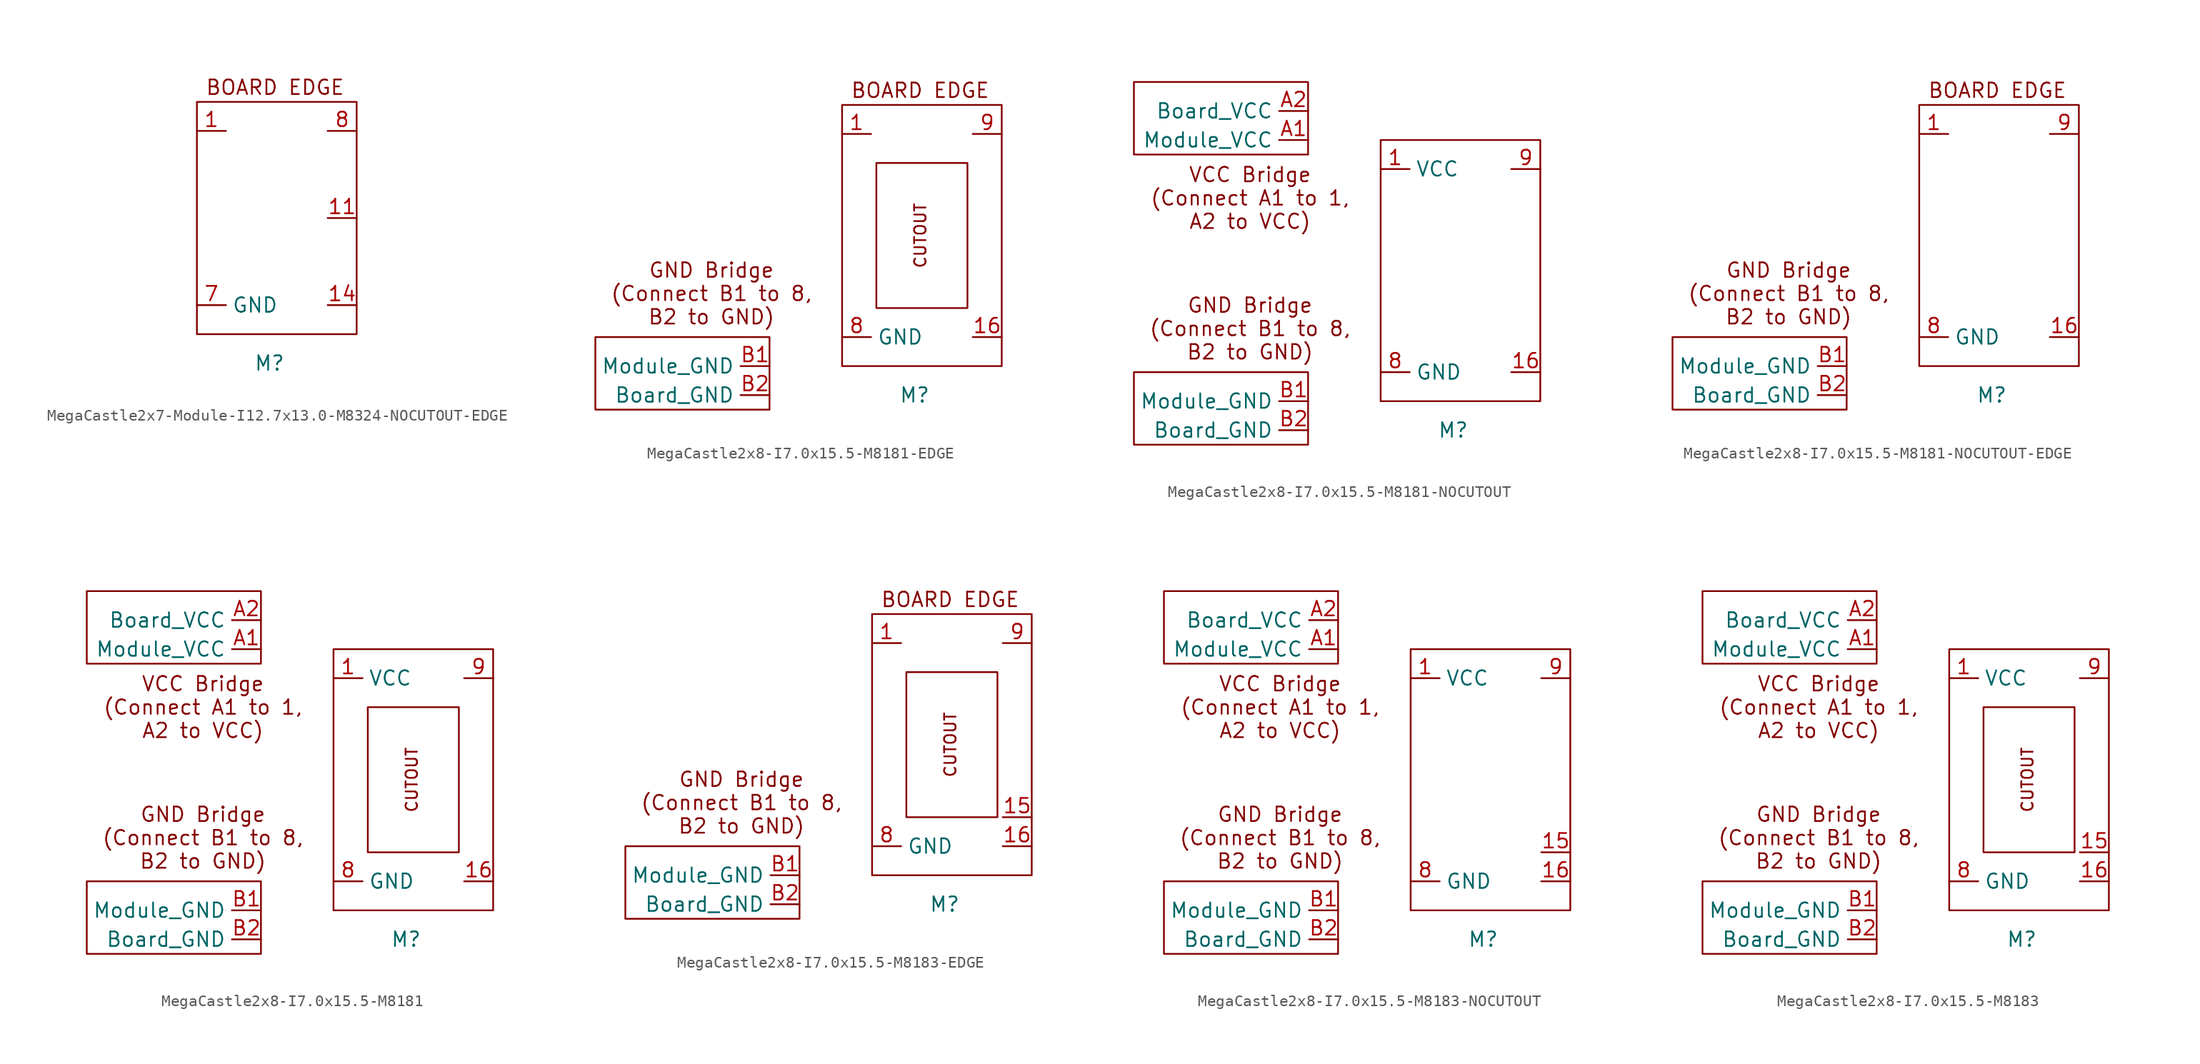
<source format=kicad_sym>
(kicad_symbol_lib
  (version 20241209)
  (generator "kicad_symbol_editor")
  (generator_version "9.0")
  (symbol "MegaCastle2x7-Module-I12.7x13.0-M8324-NOCUTOUT-EDGE"
    (property "Reference" "M"
      (at 0 -12.7 0)
      (effects (font (size 1.27 1.27))))
    (property "Value" ""
      (at 0 5.08 0)
      (effects (font (size 1.27 1.27))))
    (symbol "MegaCastle2x7-Module-I12.7x13.0-M8324-NOCUTOUT-EDGE_0_1"
      (rectangle (start -6.35 10.16) (end 7.62 -10.16) (stroke (width 0) (type default)) (fill (type none))))
    (symbol "MegaCastle2x7-Module-I12.7x13.0-M8324-NOCUTOUT-EDGE_1_1"
      (text " BOARD EDGE" (at 0 11.43 0) (effects (font (size 1.27 1.27))))
      (pin bidirectional line (at -6.35 7.62 0) (length 2.54) (name "" (effects (font (size 1.27 1.27)))) (number "1" (effects (font (size 1.27 1.27)))))
      (pin bidirectional line (at -6.35 -7.62 0) (length 2.54) (name "GND" (effects (font (size 1.27 1.27)))) (number "7" (effects (font (size 1.27 1.27)))))
      (pin bidirectional line (at 7.62 7.62 180) (length 2.54) (name "" (effects (font (size 1.27 1.27)))) (number "8" (effects (font (size 1.27 1.27)))))
      (pin bidirectional line (at 7.62 0 180) (length 2.54) (name "" (effects (font (size 1.27 1.27)))) (number "11" (effects (font (size 1.27 1.27)))))
      (pin bidirectional line (at 7.62 -7.62 180) (length 2.54) (name "" (effects (font (size 1.27 1.27)))) (number "14" (effects (font (size 1.27 1.27)))))))
  (symbol "MegaCastle2x8-I7.0x15.5-M8181-EDGE"
    (property "Reference" "M"
      (at 0 -13.97 0)
      (effects (font (size 1.27 1.27))))
    (property "Value" ""
      (at 0 5.08 0)
      (effects (font (size 1.27 1.27))))
    (symbol "MegaCastle2x8-I7.0x15.5-M8181-EDGE_0_1"
      (rectangle (start -27.94 -8.89) (end -12.7 -15.24) (stroke (width 0) (type default)) (fill (type none)))
      (rectangle (start -6.35 11.43) (end 7.62 -11.43) (stroke (width 0) (type default)) (fill (type none)))
      (rectangle (start -3.35 6.35) (end 4.62 -6.35) (stroke (width 0) (type default)) (fill (type none))))
    (symbol "MegaCastle2x8-I7.0x15.5-M8181-EDGE_1_1"
      (text "GND Bridge\n(Connect B1 to 8,\nB2 to GND)" (at -17.78 -5.08 0) (effects (font (size 1.27 1.27))))
      (text " BOARD EDGE" (at 0 12.7 0) (effects (font (size 1.27 1.27))))
      (text "CUTOUT" (at 0.5 0 900) (effects (font (size 1 1))))
      (pin bidirectional line (at -12.7 -11.43 180) (length 2.54) (name "Module_GND" (effects (font (size 1.27 1.27)))) (number "B1" (effects (font (size 1.27 1.27)))))
      (pin bidirectional line (at -12.7 -13.97 180) (length 2.54) (name "Board_GND" (effects (font (size 1.27 1.27)))) (number "B2" (effects (font (size 1.27 1.27)))))
      (pin bidirectional line (at -6.35 8.89 0) (length 2.54) (name "" (effects (font (size 1.27 1.27)))) (number "1" (effects (font (size 1.27 1.27)))))
      (pin bidirectional line (at -6.35 -8.89 0) (length 2.54) (name "GND" (effects (font (size 1.27 1.27)))) (number "8" (effects (font (size 1.27 1.27)))))
      (pin bidirectional line (at 7.62 8.89 180) (length 2.54) (name "" (effects (font (size 1.27 1.27)))) (number "9" (effects (font (size 1.27 1.27)))))
      (pin bidirectional line (at 7.62 -8.89 180) (length 2.54) (name "" (effects (font (size 1.27 1.27)))) (number "16" (effects (font (size 1.27 1.27)))))))
  (symbol "MegaCastle2x8-I7.0x15.5-M8181-NOCUTOUT"
    (property "Reference" "M"
      (at 0 -13.97 0)
      (effects (font (size 1.27 1.27))))
    (property "Value" ""
      (at 0 5.08 0)
      (effects (font (size 1.27 1.27))))
    (symbol "MegaCastle2x8-I7.0x15.5-M8181-NOCUTOUT_0_1"
      (rectangle (start -27.94 16.51) (end -12.7 10.16) (stroke (width 0) (type default)) (fill (type none)))
      (rectangle (start -27.94 -8.89) (end -12.7 -15.24) (stroke (width 0) (type default)) (fill (type none)))
      (rectangle (start -6.35 11.43) (end 7.62 -11.43) (stroke (width 0) (type default)) (fill (type none))))
    (symbol "MegaCastle2x8-I7.0x15.5-M8181-NOCUTOUT_1_1"
      (text "VCC Bridge\n(Connect A1 to 1,\nA2 to VCC)" (at -17.78 6.35 0) (effects (font (size 1.27 1.27))))
      (text "GND Bridge\n(Connect B1 to 8,\nB2 to GND)" (at -17.78 -5.08 0) (effects (font (size 1.27 1.27))))
      (pin bidirectional line (at -12.7 13.97 180) (length 2.54) (name "Board_VCC" (effects (font (size 1.27 1.27)))) (number "A2" (effects (font (size 1.27 1.27)))))
      (pin bidirectional line (at -12.7 11.43 180) (length 2.54) (name "Module_VCC" (effects (font (size 1.27 1.27)))) (number "A1" (effects (font (size 1.27 1.27)))))
      (pin bidirectional line (at -12.7 -11.43 180) (length 2.54) (name "Module_GND" (effects (font (size 1.27 1.27)))) (number "B1" (effects (font (size 1.27 1.27)))))
      (pin bidirectional line (at -12.7 -13.97 180) (length 2.54) (name "Board_GND" (effects (font (size 1.27 1.27)))) (number "B2" (effects (font (size 1.27 1.27)))))
      (pin bidirectional line (at -6.35 8.89 0) (length 2.54) (name "VCC" (effects (font (size 1.27 1.27)))) (number "1" (effects (font (size 1.27 1.27)))))
      (pin bidirectional line (at -6.35 -8.89 0) (length 2.54) (name "GND" (effects (font (size 1.27 1.27)))) (number "8" (effects (font (size 1.27 1.27)))))
      (pin bidirectional line (at 7.62 8.89 180) (length 2.54) (name "" (effects (font (size 1.27 1.27)))) (number "9" (effects (font (size 1.27 1.27)))))
      (pin bidirectional line (at 7.62 -8.89 180) (length 2.54) (name "" (effects (font (size 1.27 1.27)))) (number "16" (effects (font (size 1.27 1.27)))))))
  (symbol "MegaCastle2x8-I7.0x15.5-M8181-NOCUTOUT-EDGE"
    (property "Reference" "M"
      (at 0 -13.97 0)
      (effects (font (size 1.27 1.27))))
    (property "Value" ""
      (at 0 5.08 0)
      (effects (font (size 1.27 1.27))))
    (symbol "MegaCastle2x8-I7.0x15.5-M8181-NOCUTOUT-EDGE_0_1"
      (rectangle (start -27.94 -8.89) (end -12.7 -15.24) (stroke (width 0) (type default)) (fill (type none)))
      (rectangle (start -6.35 11.43) (end 7.62 -11.43) (stroke (width 0) (type default)) (fill (type none))))
    (symbol "MegaCastle2x8-I7.0x15.5-M8181-NOCUTOUT-EDGE_1_1"
      (text "GND Bridge\n(Connect B1 to 8,\nB2 to GND)" (at -17.78 -5.08 0) (effects (font (size 1.27 1.27))))
      (text " BOARD EDGE" (at 0 12.7 0) (effects (font (size 1.27 1.27))))
      (pin bidirectional line (at -12.7 -11.43 180) (length 2.54) (name "Module_GND" (effects (font (size 1.27 1.27)))) (number "B1" (effects (font (size 1.27 1.27)))))
      (pin bidirectional line (at -12.7 -13.97 180) (length 2.54) (name "Board_GND" (effects (font (size 1.27 1.27)))) (number "B2" (effects (font (size 1.27 1.27)))))
      (pin bidirectional line (at -6.35 8.89 0) (length 2.54) (name "" (effects (font (size 1.27 1.27)))) (number "1" (effects (font (size 1.27 1.27)))))
      (pin bidirectional line (at -6.35 -8.89 0) (length 2.54) (name "GND" (effects (font (size 1.27 1.27)))) (number "8" (effects (font (size 1.27 1.27)))))
      (pin bidirectional line (at 7.62 8.89 180) (length 2.54) (name "" (effects (font (size 1.27 1.27)))) (number "9" (effects (font (size 1.27 1.27)))))
      (pin bidirectional line (at 7.62 -8.89 180) (length 2.54) (name "" (effects (font (size 1.27 1.27)))) (number "16" (effects (font (size 1.27 1.27)))))))
  (symbol "MegaCastle2x8-I7.0x15.5-M8181"
    (property "Reference" "M"
      (at 0 -13.97 0)
      (effects (font (size 1.27 1.27))))
    (property "Value" ""
      (at 0 5.08 0)
      (effects (font (size 1.27 1.27))))
    (symbol "MegaCastle2x8-I7.0x15.5-M8181_0_1"
      (rectangle (start -27.94 16.51) (end -12.7 10.16) (stroke (width 0) (type default)) (fill (type none)))
      (rectangle (start -27.94 -8.89) (end -12.7 -15.24) (stroke (width 0) (type default)) (fill (type none)))
      (rectangle (start -6.35 11.43) (end 7.62 -11.43) (stroke (width 0) (type default)) (fill (type none)))
      (rectangle (start -3.35 6.35) (end 4.62 -6.35) (stroke (width 0) (type default)) (fill (type none))))
    (symbol "MegaCastle2x8-I7.0x15.5-M8181_1_1"
      (text "VCC Bridge\n(Connect A1 to 1,\nA2 to VCC)" (at -17.78 6.35 0) (effects (font (size 1.27 1.27))))
      (text "GND Bridge\n(Connect B1 to 8,\nB2 to GND)" (at -17.78 -5.08 0) (effects (font (size 1.27 1.27))))
      (text "CUTOUT" (at 0.5 0 900) (effects (font (size 1 1))))
      (pin bidirectional line (at -12.7 13.97 180) (length 2.54) (name "Board_VCC" (effects (font (size 1.27 1.27)))) (number "A2" (effects (font (size 1.27 1.27)))))
      (pin bidirectional line (at -12.7 11.43 180) (length 2.54) (name "Module_VCC" (effects (font (size 1.27 1.27)))) (number "A1" (effects (font (size 1.27 1.27)))))
      (pin bidirectional line (at -12.7 -11.43 180) (length 2.54) (name "Module_GND" (effects (font (size 1.27 1.27)))) (number "B1" (effects (font (size 1.27 1.27)))))
      (pin bidirectional line (at -12.7 -13.97 180) (length 2.54) (name "Board_GND" (effects (font (size 1.27 1.27)))) (number "B2" (effects (font (size 1.27 1.27)))))
      (pin bidirectional line (at -6.35 8.89 0) (length 2.54) (name "VCC" (effects (font (size 1.27 1.27)))) (number "1" (effects (font (size 1.27 1.27)))))
      (pin bidirectional line (at -6.35 -8.89 0) (length 2.54) (name "GND" (effects (font (size 1.27 1.27)))) (number "8" (effects (font (size 1.27 1.27)))))
      (pin bidirectional line (at 7.62 8.89 180) (length 2.54) (name "" (effects (font (size 1.27 1.27)))) (number "9" (effects (font (size 1.27 1.27)))))
      (pin bidirectional line (at 7.62 -8.89 180) (length 2.54) (name "" (effects (font (size 1.27 1.27)))) (number "16" (effects (font (size 1.27 1.27)))))))
  (symbol "MegaCastle2x8-I7.0x15.5-M8183-EDGE"
    (property "Reference" "M"
      (at 0 -13.97 0)
      (effects (font (size 1.27 1.27))))
    (property "Value" ""
      (at 0 5.08 0)
      (effects (font (size 1.27 1.27))))
    (symbol "MegaCastle2x8-I7.0x15.5-M8183-EDGE_0_1"
      (rectangle (start -27.94 -8.89) (end -12.7 -15.24) (stroke (width 0) (type default)) (fill (type none)))
      (rectangle (start -6.35 11.43) (end 7.62 -11.43) (stroke (width 0) (type default)) (fill (type none)))
      (rectangle (start -3.35 6.35) (end 4.62 -6.35) (stroke (width 0) (type default)) (fill (type none))))
    (symbol "MegaCastle2x8-I7.0x15.5-M8183-EDGE_1_1"
      (text "GND Bridge\n(Connect B1 to 8,\nB2 to GND)" (at -17.78 -5.08 0) (effects (font (size 1.27 1.27))))
      (text " BOARD EDGE" (at 0 12.7 0) (effects (font (size 1.27 1.27))))
      (text "CUTOUT" (at 0.5 0 900) (effects (font (size 1 1))))
      (pin bidirectional line (at -12.7 -11.43 180) (length 2.54) (name "Module_GND" (effects (font (size 1.27 1.27)))) (number "B1" (effects (font (size 1.27 1.27)))))
      (pin bidirectional line (at -12.7 -13.97 180) (length 2.54) (name "Board_GND" (effects (font (size 1.27 1.27)))) (number "B2" (effects (font (size 1.27 1.27)))))
      (pin bidirectional line (at -6.35 8.89 0) (length 2.54) (name "" (effects (font (size 1.27 1.27)))) (number "1" (effects (font (size 1.27 1.27)))))
      (pin bidirectional line (at -6.35 -8.89 0) (length 2.54) (name "GND" (effects (font (size 1.27 1.27)))) (number "8" (effects (font (size 1.27 1.27)))))
      (pin bidirectional line (at 7.62 8.89 180) (length 2.54) (name "" (effects (font (size 1.27 1.27)))) (number "9" (effects (font (size 1.27 1.27)))))
      (pin bidirectional line (at 7.62 -6.35 180) (length 2.54) (name "" (effects (font (size 1.27 1.27)))) (number "15" (effects (font (size 1.27 1.27)))))
      (pin bidirectional line (at 7.62 -8.89 180) (length 2.54) (name "" (effects (font (size 1.27 1.27)))) (number "16" (effects (font (size 1.27 1.27)))))))
  (symbol "MegaCastle2x8-I7.0x15.5-M8183-NOCUTOUT"
    (property "Reference" "M"
      (at 0 -13.97 0)
      (effects (font (size 1.27 1.27))))
    (property "Value" ""
      (at 0 5.08 0)
      (effects (font (size 1.27 1.27))))
    (symbol "MegaCastle2x8-I7.0x15.5-M8183-NOCUTOUT_0_1"
      (rectangle (start -27.94 16.51) (end -12.7 10.16) (stroke (width 0) (type default)) (fill (type none)))
      (rectangle (start -27.94 -8.89) (end -12.7 -15.24) (stroke (width 0) (type default)) (fill (type none)))
      (rectangle (start -6.35 11.43) (end 7.62 -11.43) (stroke (width 0) (type default)) (fill (type none))))
    (symbol "MegaCastle2x8-I7.0x15.5-M8183-NOCUTOUT_1_1"
      (text "VCC Bridge\n(Connect A1 to 1,\nA2 to VCC)" (at -17.78 6.35 0) (effects (font (size 1.27 1.27))))
      (text "GND Bridge\n(Connect B1 to 8,\nB2 to GND)" (at -17.78 -5.08 0) (effects (font (size 1.27 1.27))))
      (pin bidirectional line (at -12.7 13.97 180) (length 2.54) (name "Board_VCC" (effects (font (size 1.27 1.27)))) (number "A2" (effects (font (size 1.27 1.27)))))
      (pin bidirectional line (at -12.7 11.43 180) (length 2.54) (name "Module_VCC" (effects (font (size 1.27 1.27)))) (number "A1" (effects (font (size 1.27 1.27)))))
      (pin bidirectional line (at -12.7 -11.43 180) (length 2.54) (name "Module_GND" (effects (font (size 1.27 1.27)))) (number "B1" (effects (font (size 1.27 1.27)))))
      (pin bidirectional line (at -12.7 -13.97 180) (length 2.54) (name "Board_GND" (effects (font (size 1.27 1.27)))) (number "B2" (effects (font (size 1.27 1.27)))))
      (pin bidirectional line (at -6.35 8.89 0) (length 2.54) (name "VCC" (effects (font (size 1.27 1.27)))) (number "1" (effects (font (size 1.27 1.27)))))
      (pin bidirectional line (at -6.35 -8.89 0) (length 2.54) (name "GND" (effects (font (size 1.27 1.27)))) (number "8" (effects (font (size 1.27 1.27)))))
      (pin bidirectional line (at 7.62 8.89 180) (length 2.54) (name "" (effects (font (size 1.27 1.27)))) (number "9" (effects (font (size 1.27 1.27)))))
      (pin bidirectional line (at 7.62 -6.35 180) (length 2.54) (name "" (effects (font (size 1.27 1.27)))) (number "15" (effects (font (size 1.27 1.27)))))
      (pin bidirectional line (at 7.62 -8.89 180) (length 2.54) (name "" (effects (font (size 1.27 1.27)))) (number "16" (effects (font (size 1.27 1.27)))))))
  (symbol "MegaCastle2x8-I7.0x15.5-M8183"
    (property "Reference" "M"
      (at 0 -13.97 0)
      (effects (font (size 1.27 1.27))))
    (property "Value" ""
      (at 0 5.08 0)
      (effects (font (size 1.27 1.27))))
    (symbol "MegaCastle2x8-I7.0x15.5-M8183_0_1"
      (rectangle (start -27.94 16.51) (end -12.7 10.16) (stroke (width 0) (type default)) (fill (type none)))
      (rectangle (start -27.94 -8.89) (end -12.7 -15.24) (stroke (width 0) (type default)) (fill (type none)))
      (rectangle (start -6.35 11.43) (end 7.62 -11.43) (stroke (width 0) (type default)) (fill (type none)))
      (rectangle (start -3.35 6.35) (end 4.62 -6.35) (stroke (width 0) (type default)) (fill (type none))))
    (symbol "MegaCastle2x8-I7.0x15.5-M8183_1_1"
      (text "VCC Bridge\n(Connect A1 to 1,\nA2 to VCC)" (at -17.78 6.35 0) (effects (font (size 1.27 1.27))))
      (text "GND Bridge\n(Connect B1 to 8,\nB2 to GND)" (at -17.78 -5.08 0) (effects (font (size 1.27 1.27))))
      (text "CUTOUT" (at 0.5 0 900) (effects (font (size 1 1))))
      (pin bidirectional line (at -12.7 13.97 180) (length 2.54) (name "Board_VCC" (effects (font (size 1.27 1.27)))) (number "A2" (effects (font (size 1.27 1.27)))))
      (pin bidirectional line (at -12.7 11.43 180) (length 2.54) (name "Module_VCC" (effects (font (size 1.27 1.27)))) (number "A1" (effects (font (size 1.27 1.27)))))
      (pin bidirectional line (at -12.7 -11.43 180) (length 2.54) (name "Module_GND" (effects (font (size 1.27 1.27)))) (number "B1" (effects (font (size 1.27 1.27)))))
      (pin bidirectional line (at -12.7 -13.97 180) (length 2.54) (name "Board_GND" (effects (font (size 1.27 1.27)))) (number "B2" (effects (font (size 1.27 1.27)))))
      (pin bidirectional line (at -6.35 8.89 0) (length 2.54) (name "VCC" (effects (font (size 1.27 1.27)))) (number "1" (effects (font (size 1.27 1.27)))))
      (pin bidirectional line (at -6.35 -8.89 0) (length 2.54) (name "GND" (effects (font (size 1.27 1.27)))) (number "8" (effects (font (size 1.27 1.27)))))
      (pin bidirectional line (at 7.62 8.89 180) (length 2.54) (name "" (effects (font (size 1.27 1.27)))) (number "9" (effects (font (size 1.27 1.27)))))
      (pin bidirectional line (at 7.62 -6.35 180) (length 2.54) (name "" (effects (font (size 1.27 1.27)))) (number "15" (effects (font (size 1.27 1.27)))))
      (pin bidirectional line (at 7.62 -8.89 180) (length 2.54) (name "" (effects (font (size 1.27 1.27)))) (number "16" (effects (font (size 1.27 1.27))))))))
</source>
